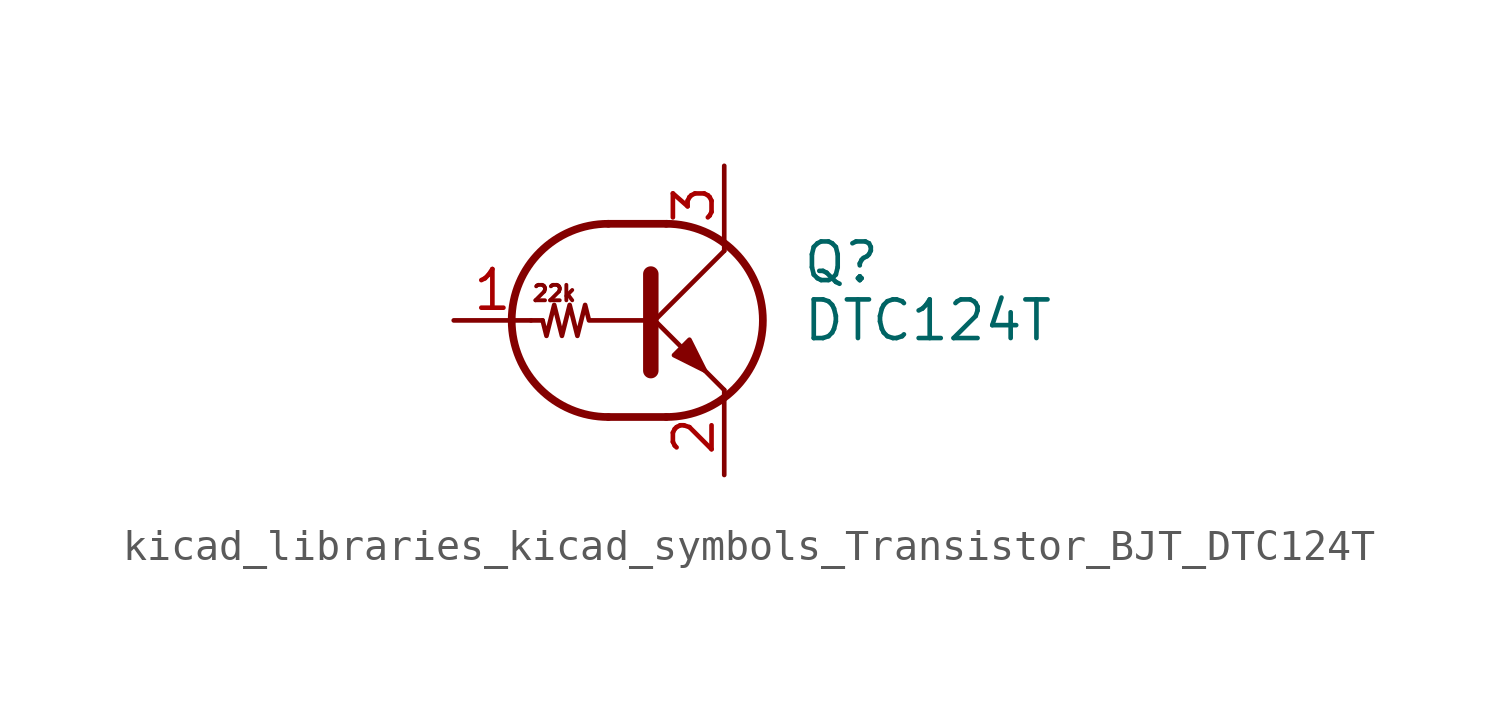
<source format=kicad_sym>
(kicad_symbol_lib
  (version 20220914)
  (generator kicad_symbol_editor)
  (symbol "kicad_libraries_kicad_symbols_Transistor_BJT_DTC124T"
    (pin_names
      (offset 0) hide)
    (property "Reference" "Q"
      (at 5.08 1.905 0)
      (effects (font (size 1.27 1.27)) (justify left)))
    (property "Value" "DTC124T"
      (at 5.08 0 0)
      (effects (font (size 1.27 1.27)) (justify left)))
    (symbol "kicad_libraries_kicad_symbols_Transistor_BJT_DTC124T_0_0"
      (polyline (pts (xy 2.54 -2.286) (xy 2.54 -2.54)) (stroke (width 0) (type default)) (fill (type none)))
      (text "22k" (at -3.048 0.889 0) (effects (font (size 0.508 0.508)))))
    (symbol "kicad_libraries_kicad_symbols_Transistor_BJT_DTC124T_0_1"
      (arc (start -1.27 3.175) (mid -4.4312 0) (end -1.27 -3.175) (stroke (width 0.254) (type default)) (fill (type none)))
      (polyline (pts (xy -3.429 0) (xy -3.81 0)) (stroke (width 0) (type default)) (fill (type none)))
      (polyline (pts (xy -1.27 -3.175) (xy 0.635 -3.175)) (stroke (width 0.254) (type default)) (fill (type none)))
      (polyline (pts (xy -1.27 3.175) (xy 0.635 3.175)) (stroke (width 0.254) (type default)) (fill (type none)))
      (polyline (pts (xy 0 -0.254) (xy 2.54 2.286)) (stroke (width 0) (type default)) (fill (type none)))
      (polyline (pts (xy 0.127 1.524) (xy 0.127 -1.651)) (stroke (width 0.508) (type default)) (fill (type outline)))
      (polyline (pts (xy 2.54 2.286) (xy 2.54 2.54)) (stroke (width 0) (type default)) (fill (type none)))
      (polyline (pts (xy 2.54 -2.286) (xy 0 0.254) (xy 0 0.254)) (stroke (width 0) (type default)) (fill (type none)))
      (polyline (pts (xy 0.889 -1.143) (xy 1.397 -0.635) (xy 1.905 -1.651) (xy 0.889 -1.143)) (stroke (width 0) (type default)) (fill (type outline)))
      (polyline (pts (xy 0 0) (xy -1.905 0) (xy -2.032 0.508) (xy -2.286 -0.508) (xy -2.54 0.508) (xy -2.794 -0.508) (xy -3.048 0.508) (xy -3.302 -0.508) (xy -3.429 0)) (stroke (width 0) (type default)) (fill (type none)))
      (arc (start 0.635 -3.175) (mid 3.7962 0) (end 0.635 3.175) (stroke (width 0.254) (type default)) (fill (type none))))
    (symbol "kicad_libraries_kicad_symbols_Transistor_BJT_DTC124T_1_1"
      (pin input line (at -6.35 0 0) (length 2.54) (name "B" (effects (font (size 1.27 1.27)))) (number "1" (effects (font (size 1.27 1.27)))))
      (pin passive line (at 2.54 -5.08 90) (length 2.54) (name "E" (effects (font (size 1.27 1.27)))) (number "2" (effects (font (size 1.27 1.27)))))
      (pin passive line (at 2.54 5.08 270) (length 2.54) (name "C" (effects (font (size 1.27 1.27)))) (number "3" (effects (font (size 1.27 1.27))))))))
</source>
